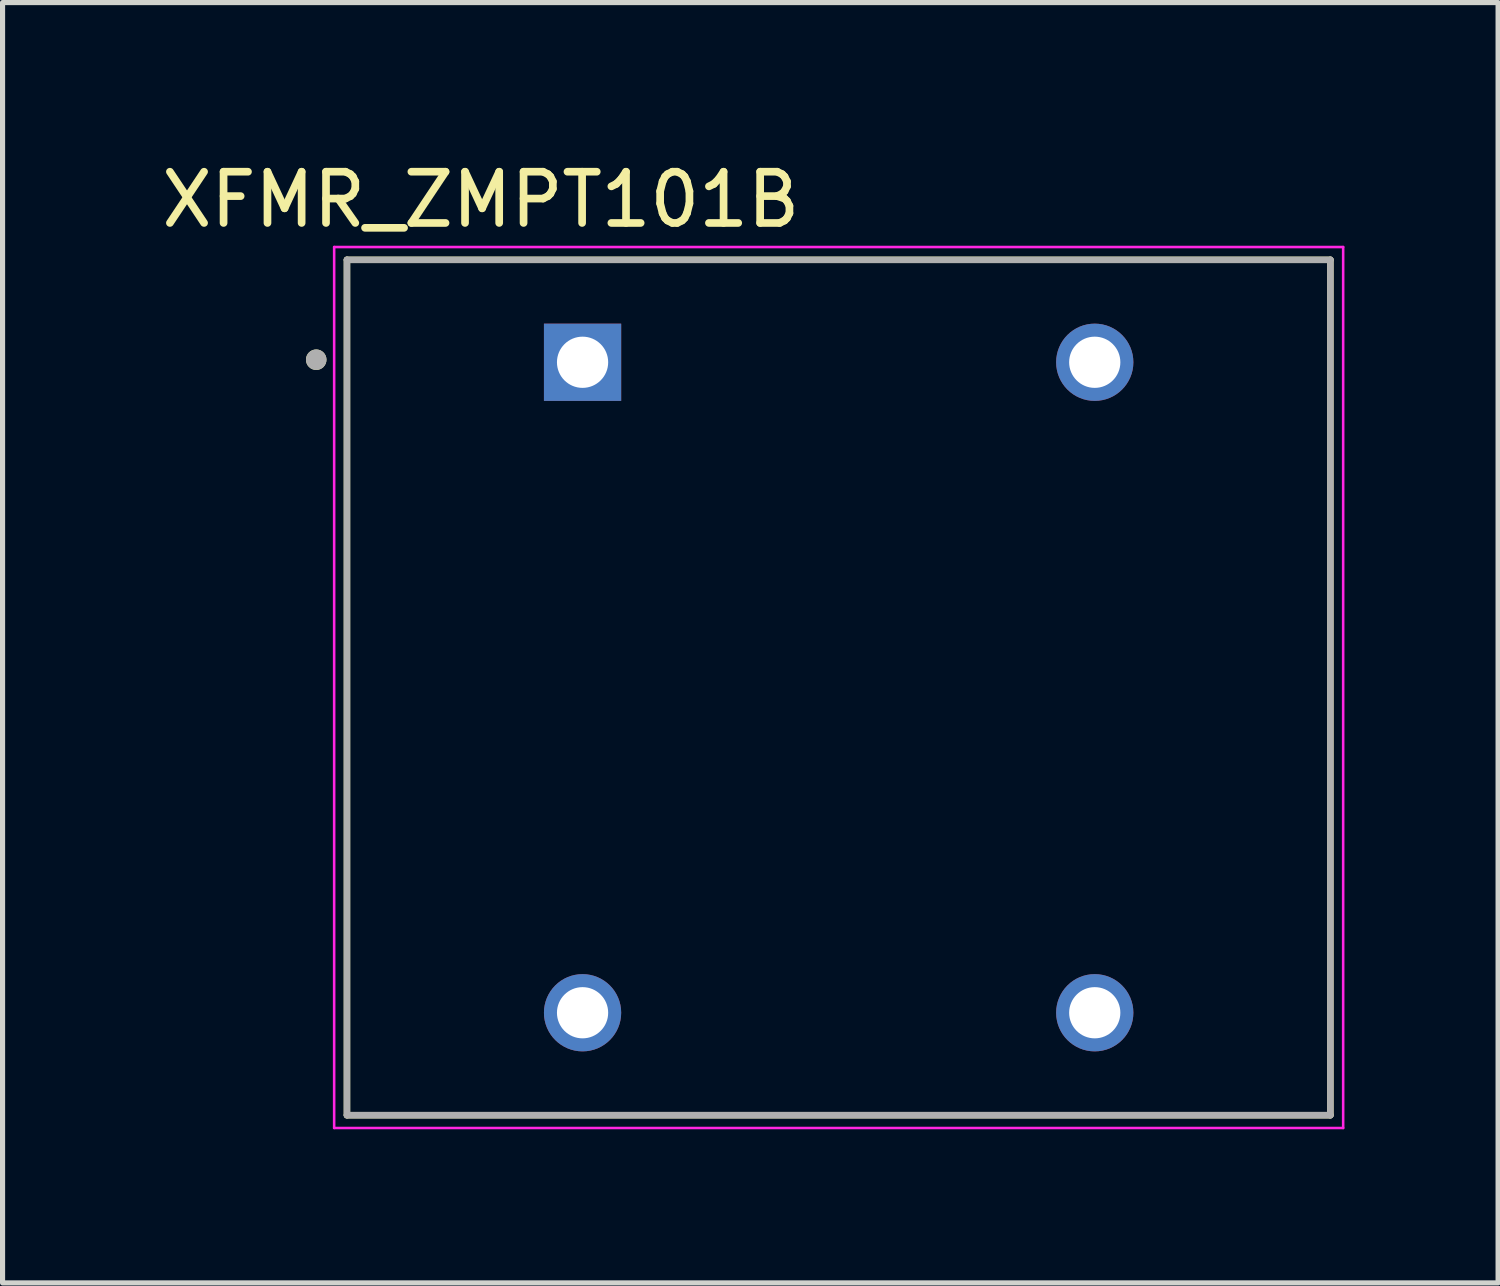
<source format=kicad_pcb>
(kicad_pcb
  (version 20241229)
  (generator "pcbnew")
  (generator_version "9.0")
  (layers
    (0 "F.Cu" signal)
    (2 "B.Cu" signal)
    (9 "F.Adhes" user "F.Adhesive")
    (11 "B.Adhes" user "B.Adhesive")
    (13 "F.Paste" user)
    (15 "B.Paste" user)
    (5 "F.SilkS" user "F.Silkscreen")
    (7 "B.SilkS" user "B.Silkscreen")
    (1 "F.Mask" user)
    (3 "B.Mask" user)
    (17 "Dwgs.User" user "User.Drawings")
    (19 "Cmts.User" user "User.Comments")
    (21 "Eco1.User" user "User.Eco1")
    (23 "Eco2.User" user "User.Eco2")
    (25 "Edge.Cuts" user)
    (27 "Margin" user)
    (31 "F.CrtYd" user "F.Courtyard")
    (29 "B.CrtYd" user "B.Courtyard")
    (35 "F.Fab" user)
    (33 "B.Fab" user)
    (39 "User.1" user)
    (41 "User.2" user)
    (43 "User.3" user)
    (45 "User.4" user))
  (footprint "XFMR_ZMPT101B"
    (layer "F.Cu")
    (at 13.324 10.373)
    (property "Reference" "XFMR_ZMPT101B" (at -6.985 -9.525 0) (layer "F.SilkS") (effects (font (size 1 1) (thickness 0.15))))
    (attr through_hole)
    (fp_line (start -9.6 -8.35) (end 9.6 -8.35) (stroke (width 0.127) (type solid)) (layer "F.SilkS"))
    (fp_line (start -9.6 8.35) (end -9.6 -8.35) (stroke (width 0.127) (type solid)) (layer "F.SilkS"))
    (fp_line (start 9.6 -8.35) (end 9.6 8.35) (stroke (width 0.127) (type solid)) (layer "F.SilkS"))
    (fp_line (start 9.6 8.35) (end -9.6 8.35) (stroke (width 0.127) (type solid)) (layer "F.SilkS"))
    (fp_circle (center -10.2 -6.4) (end -10.1 -6.4) (stroke (width 0.2) (type solid)) (fill no) (layer "F.SilkS"))
    (fp_line (start -9.85 -8.6) (end 9.85 -8.6) (stroke (width 0.05) (type solid)) (layer "F.CrtYd"))
    (fp_line (start -9.85 8.6) (end -9.85 -8.6) (stroke (width 0.05) (type solid)) (layer "F.CrtYd"))
    (fp_line (start 9.85 -8.6) (end 9.85 8.6) (stroke (width 0.05) (type solid)) (layer "F.CrtYd"))
    (fp_line (start 9.85 8.6) (end -9.85 8.6) (stroke (width 0.05) (type solid)) (layer "F.CrtYd"))
    (fp_line (start -9.6 -8.35) (end 9.6 -8.35) (stroke (width 0.127) (type solid)) (layer "F.Fab"))
    (fp_line (start -9.6 8.35) (end -9.6 -8.35) (stroke (width 0.127) (type solid)) (layer "F.Fab"))
    (fp_line (start 9.6 -8.35) (end 9.6 8.35) (stroke (width 0.127) (type solid)) (layer "F.Fab"))
    (fp_line (start 9.6 8.35) (end -9.6 8.35) (stroke (width 0.127) (type solid)) (layer "F.Fab"))
    (fp_circle (center -10.2 -6.4) (end -10.1 -6.4) (stroke (width 0.2) (type solid)) (fill no) (layer "F.Fab"))
    (pad "1" thru_hole rect (at -5 -6.35) (size 1.508 1.508) (drill 1) (layers "*.Cu" "*.Mask"))
    (pad "2" thru_hole circle (at -5 6.35) (size 1.508 1.508) (drill 1) (layers "*.Cu" "*.Mask"))
    (pad "3" thru_hole circle (at 5 6.35) (size 1.508 1.508) (drill 1) (layers "*.Cu" "*.Mask"))
    (pad "4" thru_hole circle (at 5 -6.35) (size 1.508 1.508) (drill 1) (layers "*.Cu" "*.Mask")))
  (gr_rect
    (start -3 -3)
    (end 26.199 21.998)
    (stroke (width 0.1) (type default))
    (fill no)
    (layer "Edge.Cuts")))
</source>
